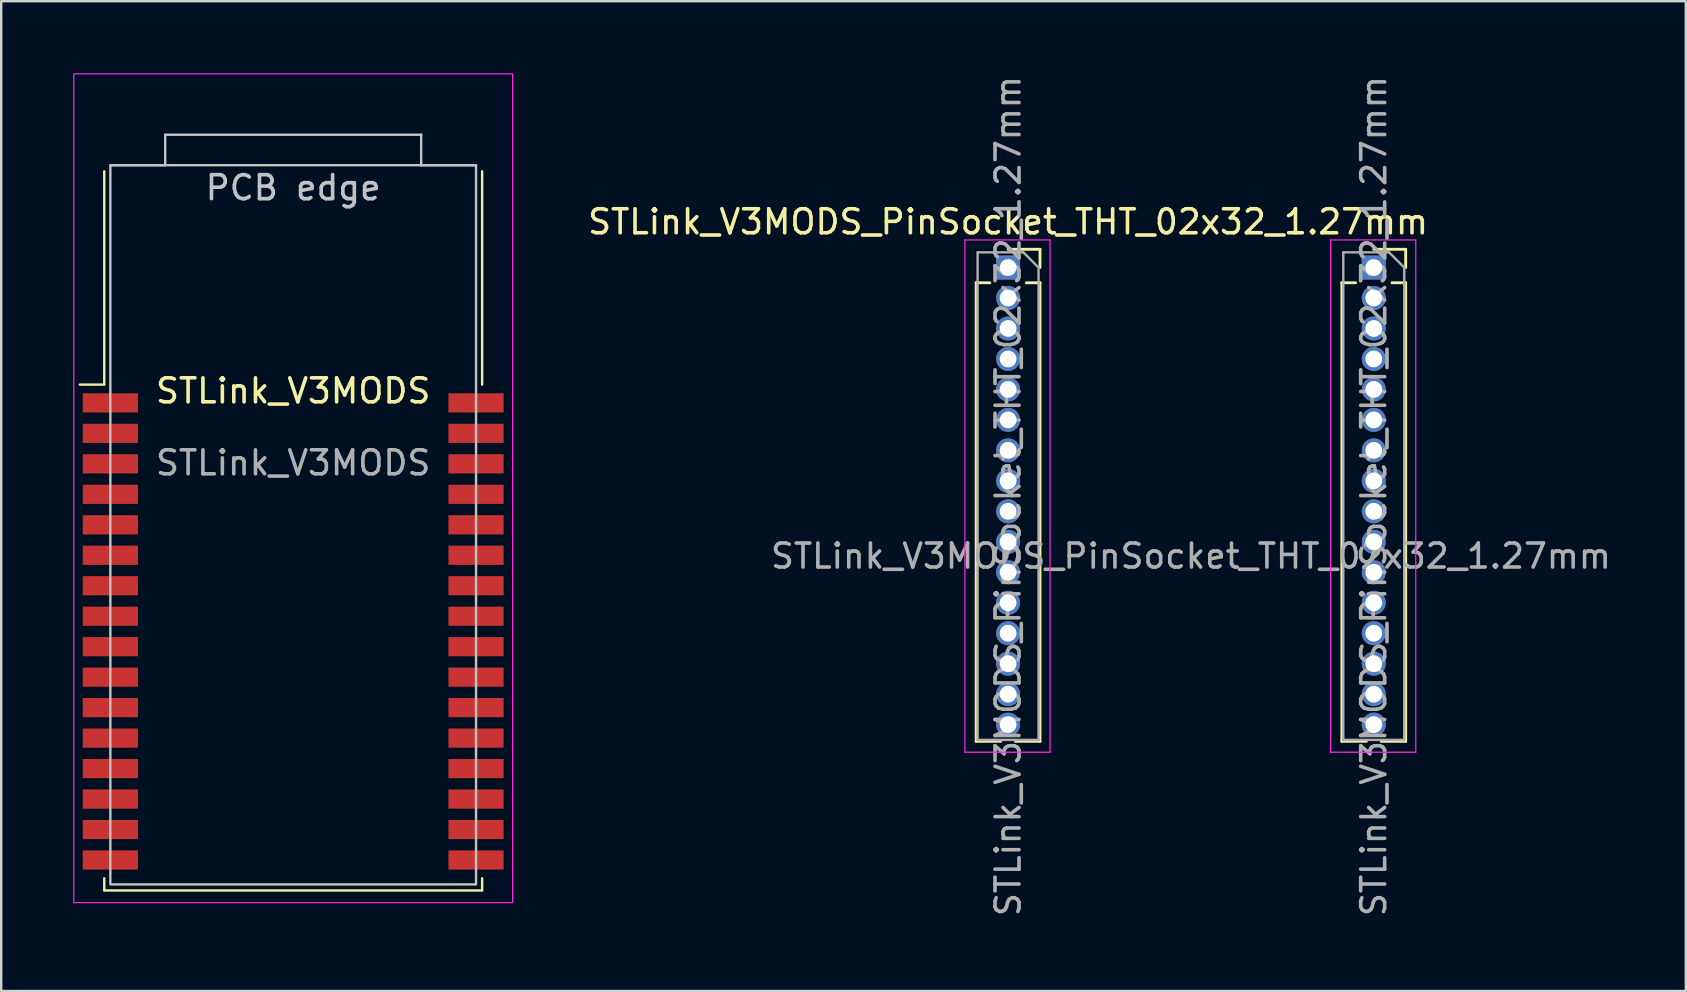
<source format=kicad_pcb>
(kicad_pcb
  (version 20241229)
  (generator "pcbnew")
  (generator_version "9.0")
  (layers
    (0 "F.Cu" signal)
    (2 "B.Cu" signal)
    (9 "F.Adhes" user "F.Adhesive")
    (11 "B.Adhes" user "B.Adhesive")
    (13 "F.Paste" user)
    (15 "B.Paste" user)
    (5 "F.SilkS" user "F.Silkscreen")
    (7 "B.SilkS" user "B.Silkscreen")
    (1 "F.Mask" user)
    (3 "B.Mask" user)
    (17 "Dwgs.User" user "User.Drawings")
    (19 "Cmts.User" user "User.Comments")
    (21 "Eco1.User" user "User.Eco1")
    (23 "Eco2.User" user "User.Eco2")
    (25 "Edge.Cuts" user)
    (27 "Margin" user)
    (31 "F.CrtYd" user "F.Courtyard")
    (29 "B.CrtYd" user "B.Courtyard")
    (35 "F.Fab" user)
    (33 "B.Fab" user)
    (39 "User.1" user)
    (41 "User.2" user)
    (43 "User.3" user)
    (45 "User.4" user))
  (footprint "STLink_V3MODS_PinSocket_THT_02x32_1.27mm"
    (layer "F.Cu")
    (at 46.583 17.625)
    (property "Reference" "STLink_V3MODS_PinSocket_THT_02x32_1.27mm" (at -7.62 -11.43 0) (unlocked yes) (layer "F.SilkS") (effects (font (size 1 1) (thickness 0.15))))
    (attr through_hole)
    (fp_line (start -8.95 -8.89) (end -8.95 10.22) (stroke (width 0.12) (type solid)) (layer "F.SilkS"))
    (fp_line (start -8.95 -8.89) (end -8.38 -8.89) (stroke (width 0.12) (type solid)) (layer "F.SilkS"))
    (fp_line (start -8.95 10.22) (end -7.928 10.22) (stroke (width 0.12) (type solid)) (layer "F.SilkS"))
    (fp_line (start -7.62 -10.285) (end -6.29 -10.285) (stroke (width 0.12) (type solid)) (layer "F.SilkS"))
    (fp_line (start -7.312 10.22) (end -6.29 10.22) (stroke (width 0.12) (type solid)) (layer "F.SilkS"))
    (fp_line (start -6.86 -8.89) (end -6.29 -8.89) (stroke (width 0.12) (type solid)) (layer "F.SilkS"))
    (fp_line (start -6.29 -10.285) (end -6.29 -9.525) (stroke (width 0.12) (type solid)) (layer "F.SilkS"))
    (fp_line (start -6.29 -8.89) (end -6.29 10.22) (stroke (width 0.12) (type solid)) (layer "F.SilkS"))
    (fp_line (start 6.29 -8.89) (end 6.29 10.22) (stroke (width 0.12) (type solid)) (layer "F.SilkS"))
    (fp_line (start 6.29 -8.89) (end 6.86 -8.89) (stroke (width 0.12) (type solid)) (layer "F.SilkS"))
    (fp_line (start 6.29 10.22) (end 7.312 10.22) (stroke (width 0.12) (type solid)) (layer "F.SilkS"))
    (fp_line (start 7.62 -10.285) (end 8.95 -10.285) (stroke (width 0.12) (type solid)) (layer "F.SilkS"))
    (fp_line (start 7.928 10.22) (end 8.95 10.22) (stroke (width 0.12) (type solid)) (layer "F.SilkS"))
    (fp_line (start 8.38 -8.89) (end 8.95 -8.89) (stroke (width 0.12) (type solid)) (layer "F.SilkS"))
    (fp_line (start 8.95 -10.285) (end 8.95 -9.525) (stroke (width 0.12) (type solid)) (layer "F.SilkS"))
    (fp_line (start 8.95 -8.89) (end 8.95 10.22) (stroke (width 0.12) (type solid)) (layer "F.SilkS"))
    (fp_line (start -9.42 -10.675) (end -5.87 -10.675) (stroke (width 0.05) (type solid)) (layer "F.CrtYd"))
    (fp_line (start -9.42 10.675) (end -9.42 -10.675) (stroke (width 0.05) (type solid)) (layer "F.CrtYd"))
    (fp_line (start -5.87 -10.675) (end -5.87 10.675) (stroke (width 0.05) (type solid)) (layer "F.CrtYd"))
    (fp_line (start -5.87 10.675) (end -9.42 10.675) (stroke (width 0.05) (type solid)) (layer "F.CrtYd"))
    (fp_line (start 5.82 -10.675) (end 9.37 -10.675) (stroke (width 0.05) (type solid)) (layer "F.CrtYd"))
    (fp_line (start 5.82 10.675) (end 5.82 -10.675) (stroke (width 0.05) (type solid)) (layer "F.CrtYd"))
    (fp_line (start 9.37 -10.675) (end 9.37 10.675) (stroke (width 0.05) (type solid)) (layer "F.CrtYd"))
    (fp_line (start 9.37 10.675) (end 5.82 10.675) (stroke (width 0.05) (type solid)) (layer "F.CrtYd"))
    (fp_line (start -8.89 -10.16) (end -6.985 -10.16) (stroke (width 0.1) (type solid)) (layer "F.Fab"))
    (fp_line (start -8.89 10.16) (end -8.89 -10.16) (stroke (width 0.1) (type solid)) (layer "F.Fab"))
    (fp_line (start -6.985 -10.16) (end -6.35 -9.525) (stroke (width 0.1) (type solid)) (layer "F.Fab"))
    (fp_line (start -6.35 -9.525) (end -6.35 10.16) (stroke (width 0.1) (type solid)) (layer "F.Fab"))
    (fp_line (start -6.35 10.16) (end -8.89 10.16) (stroke (width 0.1) (type solid)) (layer "F.Fab"))
    (fp_line (start 6.35 -10.16) (end 8.255 -10.16) (stroke (width 0.1) (type solid)) (layer "F.Fab"))
    (fp_line (start 6.35 10.16) (end 6.35 -10.16) (stroke (width 0.1) (type solid)) (layer "F.Fab"))
    (fp_line (start 8.255 -10.16) (end 8.89 -9.525) (stroke (width 0.1) (type solid)) (layer "F.Fab"))
    (fp_line (start 8.89 -9.525) (end 8.89 10.16) (stroke (width 0.1) (type solid)) (layer "F.Fab"))
    (fp_line (start 8.89 10.16) (end 6.35 10.16) (stroke (width 0.1) (type solid)) (layer "F.Fab"))
    (fp_text user "${REFERENCE}" (at 0 2.5 0) (unlocked yes) (layer "F.Fab") (effects (font (size 1 1) (thickness 0.15))))
    (fp_text user "${REFERENCE}" (at 7.62 0 90) (layer "F.Fab") (effects (font (size 1 1) (thickness 0.15))))
    (fp_text user "${REFERENCE}" (at -7.62 0 90) (layer "F.Fab") (effects (font (size 1 1) (thickness 0.15))))
    (pad "1" thru_hole rect (at -7.62 -9.525) (size 1 1) (drill 0.7) (layers "*.Cu" "*.Mask"))
    (pad "2" thru_hole oval (at -7.62 -8.255) (size 1 1) (drill 0.7) (layers "*.Cu" "*.Mask"))
    (pad "3" thru_hole oval (at -7.62 -6.985) (size 1 1) (drill 0.7) (layers "*.Cu" "*.Mask"))
    (pad "4" thru_hole oval (at -7.62 -5.715) (size 1 1) (drill 0.7) (layers "*.Cu" "*.Mask"))
    (pad "5" thru_hole oval (at -7.62 -4.445) (size 1 1) (drill 0.7) (layers "*.Cu" "*.Mask"))
    (pad "6" thru_hole oval (at -7.62 -3.175) (size 1 1) (drill 0.7) (layers "*.Cu" "*.Mask"))
    (pad "7" thru_hole oval (at -7.62 -1.905) (size 1 1) (drill 0.7) (layers "*.Cu" "*.Mask"))
    (pad "8" thru_hole oval (at -7.62 -0.635) (size 1 1) (drill 0.7) (layers "*.Cu" "*.Mask"))
    (pad "9" thru_hole oval (at -7.62 0.635) (size 1 1) (drill 0.7) (layers "*.Cu" "*.Mask"))
    (pad "10" thru_hole oval (at -7.62 1.905) (size 1 1) (drill 0.7) (layers "*.Cu" "*.Mask"))
    (pad "11" thru_hole oval (at -7.62 3.175) (size 1 1) (drill 0.7) (layers "*.Cu" "*.Mask"))
    (pad "12" thru_hole oval (at -7.62 4.445) (size 1 1) (drill 0.7) (layers "*.Cu" "*.Mask"))
    (pad "13" thru_hole oval (at -7.62 5.715) (size 1 1) (drill 0.7) (layers "*.Cu" "*.Mask"))
    (pad "14" thru_hole oval (at -7.62 6.985) (size 1 1) (drill 0.7) (layers "*.Cu" "*.Mask"))
    (pad "15" thru_hole oval (at -7.62 8.255) (size 1 1) (drill 0.7) (layers "*.Cu" "*.Mask"))
    (pad "16" thru_hole oval (at -7.62 9.525) (size 1 1) (drill 0.7) (layers "*.Cu" "*.Mask"))
    (pad "17" thru_hole oval (at 7.62 9.525) (size 1 1) (drill 0.7) (layers "*.Cu" "*.Mask"))
    (pad "18" thru_hole oval (at 7.62 8.255) (size 1 1) (drill 0.7) (layers "*.Cu" "*.Mask"))
    (pad "19" thru_hole oval (at 7.62 6.985) (size 1 1) (drill 0.7) (layers "*.Cu" "*.Mask"))
    (pad "20" thru_hole oval (at 7.62 5.715) (size 1 1) (drill 0.7) (layers "*.Cu" "*.Mask"))
    (pad "21" thru_hole oval (at 7.62 4.445) (size 1 1) (drill 0.7) (layers "*.Cu" "*.Mask"))
    (pad "22" thru_hole oval (at 7.62 3.175) (size 1 1) (drill 0.7) (layers "*.Cu" "*.Mask"))
    (pad "23" thru_hole oval (at 7.62 1.905) (size 1 1) (drill 0.7) (layers "*.Cu" "*.Mask"))
    (pad "24" thru_hole oval (at 7.62 0.635) (size 1 1) (drill 0.7) (layers "*.Cu" "*.Mask"))
    (pad "25" thru_hole oval (at 7.62 -0.635) (size 1 1) (drill 0.7) (layers "*.Cu" "*.Mask"))
    (pad "26" thru_hole oval (at 7.62 -1.905) (size 1 1) (drill 0.7) (layers "*.Cu" "*.Mask"))
    (pad "27" thru_hole oval (at 7.62 -3.175) (size 1 1) (drill 0.7) (layers "*.Cu" "*.Mask"))
    (pad "28" thru_hole oval (at 7.62 -4.445) (size 1 1) (drill 0.7) (layers "*.Cu" "*.Mask"))
    (pad "29" thru_hole oval (at 7.62 -5.715) (size 1 1) (drill 0.7) (layers "*.Cu" "*.Mask"))
    (pad "30" thru_hole oval (at 7.62 -6.985) (size 1 1) (drill 0.7) (layers "*.Cu" "*.Mask"))
    (pad "31" thru_hole oval (at 7.62 -8.255) (size 1 1) (drill 0.7) (layers "*.Cu" "*.Mask"))
    (pad "32" thru_hole rect (at 7.62 -9.525) (size 1 1) (drill 0.7) (layers "*.Cu" "*.Mask")))
  (footprint "STLink_V3MODS"
    (layer "F.Cu")
    (at 9.169 13.741)
    (property "Reference" "STLink_V3MODS" (at 0 -0.5 0) (unlocked yes) (layer "F.SilkS") (effects (font (size 1 1) (thickness 0.15))))
    (attr smd)
    (fp_line (start -7.874 -0.762) (end -8.89 -0.762) (stroke (width 0.1) (type default)) (layer "F.SilkS"))
    (fp_line (start -7.874 -0.762) (end -7.874 -9.652) (stroke (width 0.1) (type default)) (layer "F.SilkS"))
    (fp_line (start -7.874 20.32) (end -7.874 19.812) (stroke (width 0.1) (type default)) (layer "F.SilkS"))
    (fp_line (start -7.874 20.32) (end 7.874 20.32) (stroke (width 0.1) (type default)) (layer "F.SilkS"))
    (fp_line (start 7.874 -0.762) (end 7.874 -9.652) (stroke (width 0.1) (type default)) (layer "F.SilkS"))
    (fp_line (start 7.874 20.32) (end 7.874 19.812) (stroke (width 0.1) (type default)) (layer "F.SilkS"))
    (fp_line (start -5.334 -11.176) (end 5.334 -11.176) (stroke (width 0.1) (type default)) (layer "Dwgs.User"))
    (fp_line (start -5.334 -9.906) (end -7.62 -9.906) (stroke (width 0.1) (type default)) (layer "Dwgs.User"))
    (fp_line (start -5.334 -9.906) (end -5.334 -11.176) (stroke (width 0.1) (type default)) (layer "Dwgs.User"))
    (fp_line (start 5.334 -11.176) (end 5.334 -9.906) (stroke (width 0.1) (type default)) (layer "Dwgs.User"))
    (fp_line (start 7.62 -9.906) (end 5.334 -9.906) (stroke (width 0.1) (type default)) (layer "Dwgs.User"))
    (fp_rect (start -7.62 -9.906) (end 7.62 20.066) (stroke (width 0.1) (type default)) (fill no) (layer "Dwgs.User"))
    (fp_rect (start -9.144 20.828) (end 9.144 -13.716) (stroke (width 0.05) (type default)) (fill no) (layer "F.CrtYd"))
    (fp_text user "PCB edge" (at 0 -8.382 0) (unlocked yes) (layer "Dwgs.User") (effects (font (size 1 1) (thickness 0.15)) (justify bottom)))
    (fp_text user "${REFERENCE}" (at 0 2.5 0) (unlocked yes) (layer "F.Fab") (effects (font (size 1 1) (thickness 0.15))))
    (pad "1" smd rect (at -7.62 0) (size 2.3 0.8) (layers "F.Cu" "F.Mask" "F.Paste"))
    (pad "2" smd rect (at -7.62 1.27) (size 2.3 0.8) (layers "F.Cu" "F.Mask" "F.Paste"))
    (pad "3" smd rect (at -7.62 2.54) (size 2.3 0.8) (layers "F.Cu" "F.Mask" "F.Paste"))
    (pad "4" smd rect (at -7.62 3.81) (size 2.3 0.8) (layers "F.Cu" "F.Mask" "F.Paste"))
    (pad "5" smd rect (at -7.62 5.08) (size 2.3 0.8) (layers "F.Cu" "F.Mask" "F.Paste"))
    (pad "6" smd rect (at -7.62 6.35) (size 2.3 0.8) (layers "F.Cu" "F.Mask" "F.Paste"))
    (pad "7" smd rect (at -7.62 7.62) (size 2.3 0.8) (layers "F.Cu" "F.Mask" "F.Paste"))
    (pad "8" smd rect (at -7.62 8.89) (size 2.3 0.8) (layers "F.Cu" "F.Mask" "F.Paste"))
    (pad "9" smd rect (at -7.62 10.16) (size 2.3 0.8) (layers "F.Cu" "F.Mask" "F.Paste"))
    (pad "10" smd rect (at -7.62 11.43) (size 2.3 0.8) (layers "F.Cu" "F.Mask" "F.Paste"))
    (pad "11" smd rect (at -7.62 12.7) (size 2.3 0.8) (layers "F.Cu" "F.Mask" "F.Paste"))
    (pad "12" smd rect (at -7.62 13.97) (size 2.3 0.8) (layers "F.Cu" "F.Mask" "F.Paste"))
    (pad "13" smd rect (at -7.62 15.24) (size 2.3 0.8) (layers "F.Cu" "F.Mask" "F.Paste"))
    (pad "14" smd rect (at -7.62 16.51) (size 2.3 0.8) (layers "F.Cu" "F.Mask" "F.Paste"))
    (pad "15" smd rect (at -7.62 17.78) (size 2.3 0.8) (layers "F.Cu" "F.Mask" "F.Paste"))
    (pad "16" smd rect (at -7.62 19.05) (size 2.3 0.8) (layers "F.Cu" "F.Mask" "F.Paste"))
    (pad "17" smd rect (at 7.62 19.05) (size 2.3 0.8) (layers "F.Cu" "F.Mask" "F.Paste"))
    (pad "18" smd rect (at 7.62 17.78) (size 2.3 0.8) (layers "F.Cu" "F.Mask" "F.Paste"))
    (pad "19" smd rect (at 7.62 16.51) (size 2.3 0.8) (layers "F.Cu" "F.Mask" "F.Paste"))
    (pad "20" smd rect (at 7.62 15.24) (size 2.3 0.8) (layers "F.Cu" "F.Mask" "F.Paste"))
    (pad "21" smd rect (at 7.62 13.97) (size 2.3 0.8) (layers "F.Cu" "F.Mask" "F.Paste"))
    (pad "22" smd rect (at 7.62 12.7) (size 2.3 0.8) (layers "F.Cu" "F.Mask" "F.Paste"))
    (pad "23" smd rect (at 7.62 11.43) (size 2.3 0.8) (layers "F.Cu" "F.Mask" "F.Paste"))
    (pad "24" smd rect (at 7.62 10.16) (size 2.3 0.8) (layers "F.Cu" "F.Mask" "F.Paste"))
    (pad "25" smd rect (at 7.62 8.89) (size 2.3 0.8) (layers "F.Cu" "F.Mask" "F.Paste"))
    (pad "26" smd rect (at 7.62 7.62) (size 2.3 0.8) (layers "F.Cu" "F.Mask" "F.Paste"))
    (pad "27" smd rect (at 7.62 6.35) (size 2.3 0.8) (layers "F.Cu" "F.Mask" "F.Paste"))
    (pad "28" smd rect (at 7.62 5.08) (size 2.3 0.8) (layers "F.Cu" "F.Mask" "F.Paste"))
    (pad "29" smd rect (at 7.62 3.81) (size 2.3 0.8) (layers "F.Cu" "F.Mask" "F.Paste"))
    (pad "30" smd rect (at 7.62 2.54) (size 2.3 0.8) (layers "F.Cu" "F.Mask" "F.Paste"))
    (pad "31" smd rect (at 7.62 1.27) (size 2.3 0.8) (layers "F.Cu" "F.Mask" "F.Paste"))
    (pad "32" smd rect (at 7.62 0) (size 2.3 0.8) (layers "F.Cu" "F.Mask" "F.Paste")))
  (gr_rect
    (start -3 -3)
    (end 67.208 38.25)
    (stroke (width 0.1) (type default))
    (fill no)
    (layer "Edge.Cuts")))
</source>
